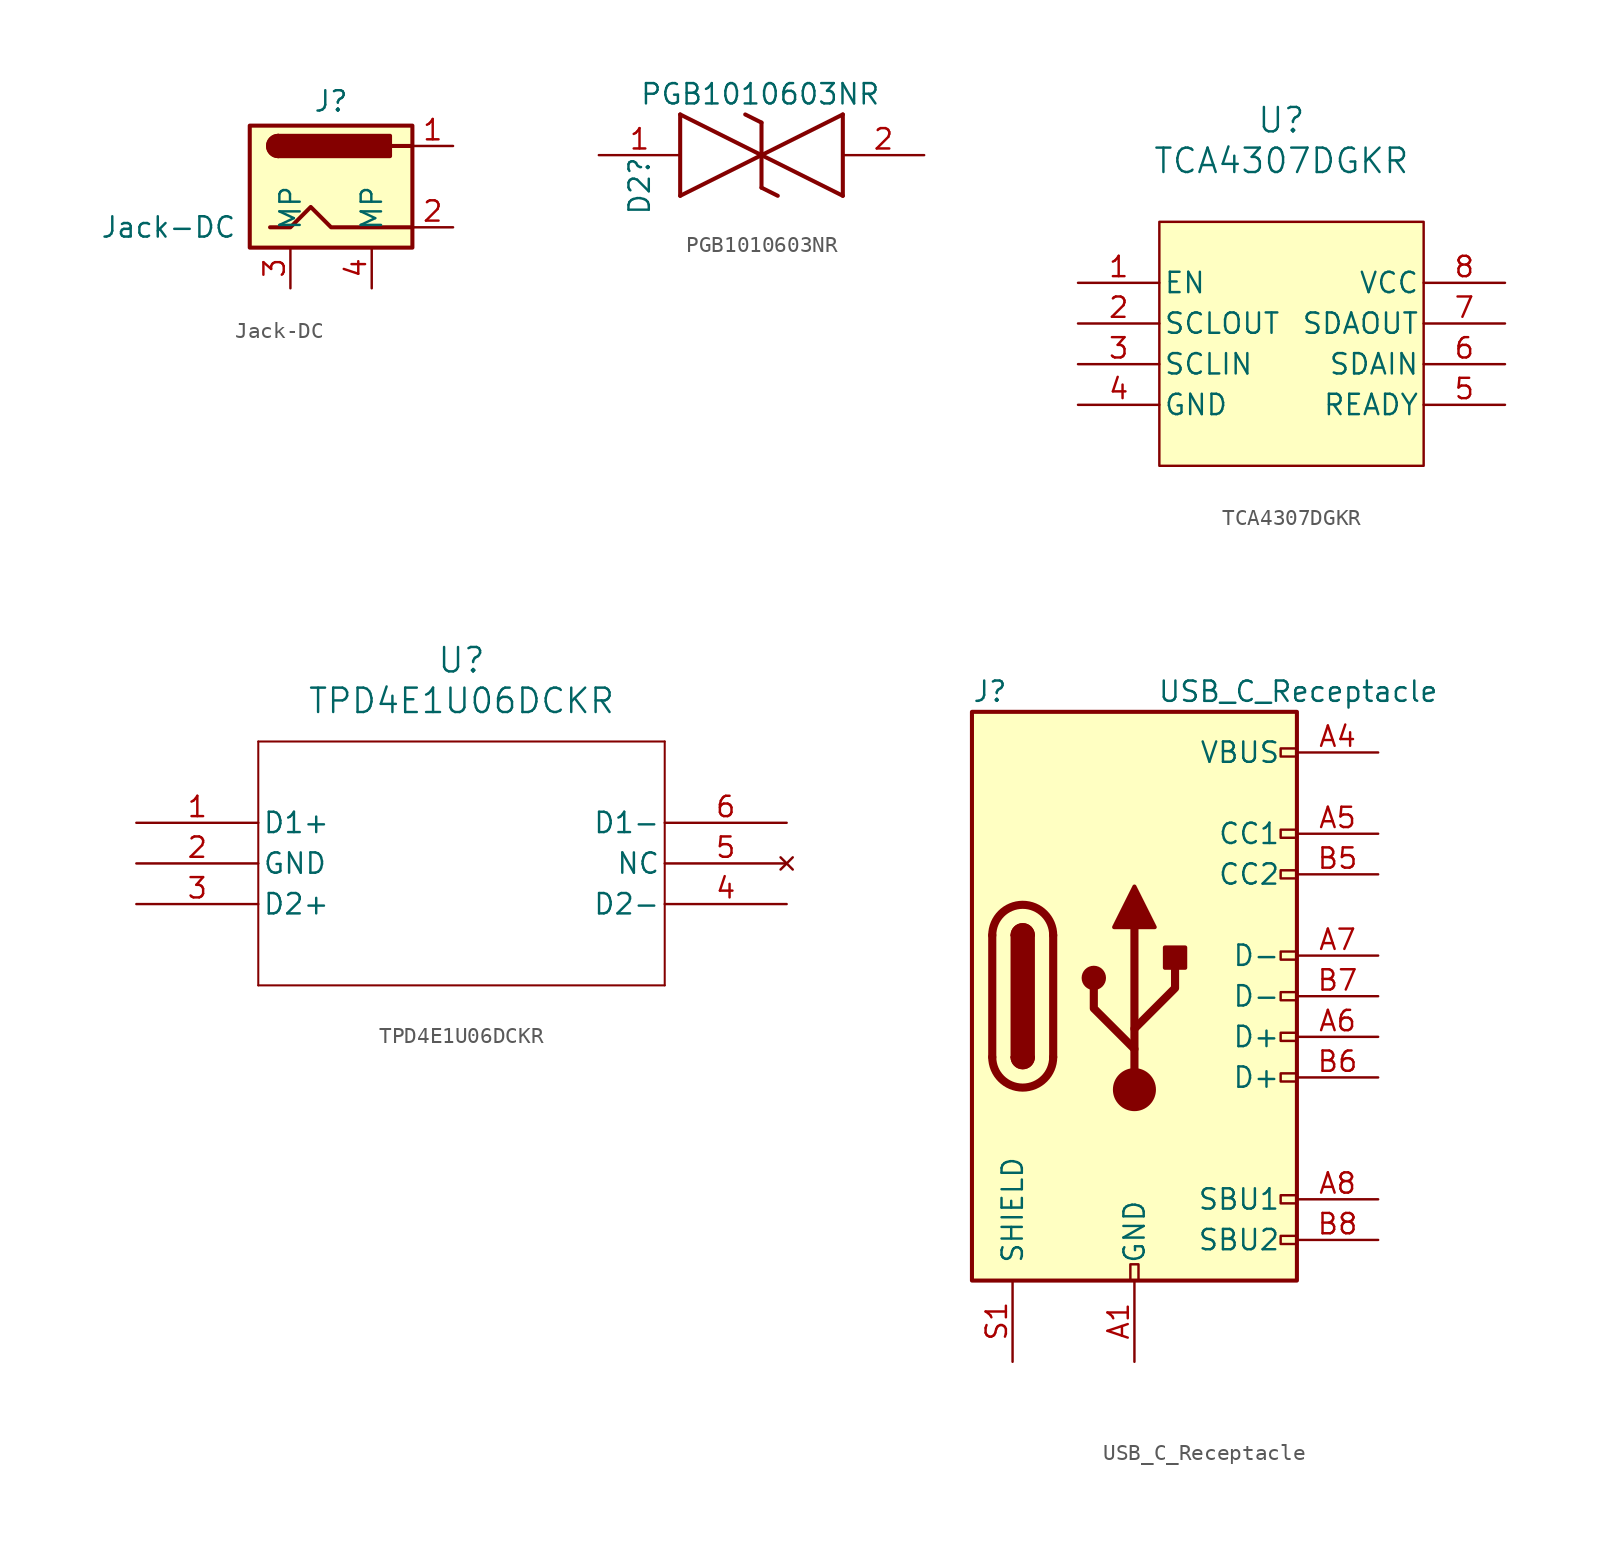
<source format=kicad_sym>
(kicad_symbol_lib
  (version 20211014)
  (generator kicad_symbol_editor)
  (symbol "Jack-DC"
    (pin_names
      (offset 1.016))
    (property "Reference" "J"
      (at 0 5.334 0)
      (effects (font (size 1.27 1.27))))
    (property "Value" "Jack-DC"
      (at -10.16 -2.54 0)
      (effects (font (size 1.27 1.27))))
    (symbol "Jack-DC_0_1"
      (rectangle (start -5.08 3.81) (end 5.08 -3.81) (stroke (width 0.254) (type default) (color 0 0 0 0)) (fill (type background)))
      (arc (start -3.302 3.175) (mid -3.937 2.54) (end -3.302 1.905) (stroke (width 0.254) (type default) (color 0 0 0 0)) (fill (type none)))
      (arc (start -3.302 3.175) (mid -3.937 2.54) (end -3.302 1.905) (stroke (width 0.254) (type default) (color 0 0 0 0)) (fill (type outline)))
      (polyline (pts (xy 5.08 2.54) (xy 3.81 2.54)) (stroke (width 0.254) (type default) (color 0 0 0 0)) (fill (type none)))
      (polyline (pts (xy -3.81 -2.54) (xy -2.54 -2.54) (xy -1.27 -1.27) (xy 0 -2.54) (xy 2.54 -2.54) (xy 5.08 -2.54)) (stroke (width 0.254) (type default) (color 0 0 0 0)) (fill (type none)))
      (rectangle (start 3.683 3.175) (end -3.302 1.905) (stroke (width 0.254) (type default) (color 0 0 0 0)) (fill (type outline))))
    (symbol "Jack-DC_1_1"
      (pin passive line (at 7.62 2.54 180) (length 2.54) (name "~" (effects (font (size 1.27 1.27)))) (number "1" (effects (font (size 1.27 1.27)))))
      (pin passive line (at 7.62 -2.54 180) (length 2.54) (name "~" (effects (font (size 1.27 1.27)))) (number "2" (effects (font (size 1.27 1.27)))))
      (pin power_in line (at -2.54 -6.35 90) (length 2.54) (name "MP" (effects (font (size 1.27 1.27)))) (number "3" (effects (font (size 1.27 1.27)))))
      (pin power_in line (at 2.54 -6.35 90) (length 2.54) (name "MP" (effects (font (size 1.27 1.27)))) (number "4" (effects (font (size 1.27 1.27)))))))
  (symbol "PGB1010603NR"
    (pin_names hide)
    (property "Reference" "D2"
      (at 2.54 -3.81 90)
      (effects (font (size 1.27 1.27)) (justify left)))
    (property "Value" "PGB1010603NR"
      (at 2.54 3.81 0)
      (effects (font (size 1.27 1.27)) (justify left)))
    (symbol "PGB1010603NR_1_1"
      (polyline (pts (xy 5.08 2.54) (xy 5.08 -2.54)) (stroke (width 0.254) (type default) (color 0 0 0 0)) (fill (type none)))
      (polyline (pts (xy 5.08 2.54) (xy 10.16 0)) (stroke (width 0.254) (type default) (color 0 0 0 0)) (fill (type none)))
      (polyline (pts (xy 9.144 2.54) (xy 10.16 2.032)) (stroke (width 0.254) (type default) (color 0 0 0 0)) (fill (type none)))
      (polyline (pts (xy 10.16 -2.032) (xy 10.16 2.032)) (stroke (width 0.254) (type default) (color 0 0 0 0)) (fill (type none)))
      (polyline (pts (xy 10.16 -2.032) (xy 11.176 -2.54)) (stroke (width 0.254) (type default) (color 0 0 0 0)) (fill (type none)))
      (polyline (pts (xy 10.16 0) (xy 5.08 -2.54)) (stroke (width 0.254) (type default) (color 0 0 0 0)) (fill (type none)))
      (polyline (pts (xy 10.16 0) (xy 15.24 -2.54)) (stroke (width 0.254) (type default) (color 0 0 0 0)) (fill (type none)))
      (polyline (pts (xy 15.24 2.54) (xy 10.16 0)) (stroke (width 0.254) (type default) (color 0 0 0 0)) (fill (type none)))
      (polyline (pts (xy 15.24 2.54) (xy 15.24 -2.54)) (stroke (width 0.254) (type default) (color 0 0 0 0)) (fill (type none)))
      (pin passive line (at 0 0 0) (length 5.08) (name "1" (effects (font (size 1.27 1.27)))) (number "1" (effects (font (size 1.27 1.27)))))
      (pin passive line (at 20.32 0 180) (length 5.08) (name "2" (effects (font (size 1.27 1.27)))) (number "2" (effects (font (size 1.27 1.27)))))))
  (symbol "TCA4307DGKR"
    (pin_names
      (offset 0.254))
    (property "Reference" "U"
      (at 0 13.97 0)
      (effects (font (size 1.524 1.524))))
    (property "Value" "TCA4307DGKR"
      (at 0 11.43 0)
      (effects (font (size 1.524 1.524))))
    (property "ki_locked" ""
      (at 0 0 0)
      (effects (font (size 1.27 1.27))))
    (symbol "TCA4307DGKR_0_1"
      (rectangle (start -7.62 7.62) (end 8.89 -7.62) (stroke (width 0) (type default) (color 0 0 0 0)) (fill (type background)))
      (pin input line (at -12.7 3.81 0) (length 5.08) (name "EN" (effects (font (size 1.27 1.27)))) (number "1" (effects (font (size 1.27 1.27)))))
      (pin output line (at -12.7 1.27 0) (length 5.08) (name "SCLOUT" (effects (font (size 1.27 1.27)))) (number "2" (effects (font (size 1.27 1.27)))))
      (pin input line (at -12.7 -1.27 0) (length 5.08) (name "SCLIN" (effects (font (size 1.27 1.27)))) (number "3" (effects (font (size 1.27 1.27)))))
      (pin power_out line (at -12.7 -3.81 0) (length 5.08) (name "GND" (effects (font (size 1.27 1.27)))) (number "4" (effects (font (size 1.27 1.27)))))
      (pin output line (at 13.97 -3.81 180) (length 5.08) (name "READY" (effects (font (size 1.27 1.27)))) (number "5" (effects (font (size 1.27 1.27)))))
      (pin input line (at 13.97 -1.27 180) (length 5.08) (name "SDAIN" (effects (font (size 1.27 1.27)))) (number "6" (effects (font (size 1.27 1.27)))))
      (pin output line (at 13.97 1.27 180) (length 5.08) (name "SDAOUT" (effects (font (size 1.27 1.27)))) (number "7" (effects (font (size 1.27 1.27)))))
      (pin power_in line (at 13.97 3.81 180) (length 5.08) (name "VCC" (effects (font (size 1.27 1.27)))) (number "8" (effects (font (size 1.27 1.27)))))))
  (symbol "TPD4E1U06DCKR"
    (pin_names
      (offset 0.254))
    (property "Reference" "U"
      (at 20.32 10.16 0)
      (effects (font (size 1.524 1.524))))
    (property "Value" "TPD4E1U06DCKR"
      (at 20.32 7.62 0)
      (effects (font (size 1.524 1.524))))
    (property "ki_locked" ""
      (at 0 0 0)
      (effects (font (size 1.27 1.27))))
    (symbol "TPD4E1U06DCKR_0_1"
      (polyline (pts (xy 7.62 -10.16) (xy 33.02 -10.16)) (stroke (width 0.127) (type default) (color 0 0 0 0)) (fill (type none)))
      (polyline (pts (xy 7.62 5.08) (xy 7.62 -10.16)) (stroke (width 0.127) (type default) (color 0 0 0 0)) (fill (type none)))
      (polyline (pts (xy 33.02 -10.16) (xy 33.02 5.08)) (stroke (width 0.127) (type default) (color 0 0 0 0)) (fill (type none)))
      (polyline (pts (xy 33.02 5.08) (xy 7.62 5.08)) (stroke (width 0.127) (type default) (color 0 0 0 0)) (fill (type none)))
      (pin bidirectional line (at 0 0 0) (length 7.62) (name "D1+" (effects (font (size 1.27 1.27)))) (number "1" (effects (font (size 1.27 1.27)))))
      (pin power_in line (at 0 -2.54 0) (length 7.62) (name "GND" (effects (font (size 1.27 1.27)))) (number "2" (effects (font (size 1.27 1.27)))))
      (pin bidirectional line (at 0 -5.08 0) (length 7.62) (name "D2+" (effects (font (size 1.27 1.27)))) (number "3" (effects (font (size 1.27 1.27)))))
      (pin bidirectional line (at 40.64 -5.08 180) (length 7.62) (name "D2-" (effects (font (size 1.27 1.27)))) (number "4" (effects (font (size 1.27 1.27)))))
      (pin no_connect line (at 40.64 -2.54 180) (length 7.62) (name "NC" (effects (font (size 1.27 1.27)))) (number "5" (effects (font (size 1.27 1.27)))))
      (pin bidirectional line (at 40.64 0 180) (length 7.62) (name "D1-" (effects (font (size 1.27 1.27)))) (number "6" (effects (font (size 1.27 1.27)))))))
  (symbol "USB_C_Receptacle"
    (pin_names
      (offset 1.016))
    (property "Reference" "J"
      (at -10.16 19.05 0)
      (effects (font (size 1.27 1.27)) (justify left)))
    (property "Value" "USB_C_Receptacle"
      (at 19.05 19.05 0)
      (effects (font (size 1.27 1.27)) (justify right)))
    (symbol "USB_C_Receptacle_0_0"
      (rectangle (start -0.254 -17.78) (end 0.254 -16.764) (stroke (width 0) (type default) (color 0 0 0 0)) (fill (type none)))
      (rectangle (start 10.16 -14.986) (end 9.144 -15.494) (stroke (width 0) (type default) (color 0 0 0 0)) (fill (type none)))
      (rectangle (start 10.16 -12.446) (end 9.144 -12.954) (stroke (width 0) (type default) (color 0 0 0 0)) (fill (type none)))
      (rectangle (start 10.16 -4.826) (end 9.144 -5.334) (stroke (width 0) (type default) (color 0 0 0 0)) (fill (type none)))
      (rectangle (start 10.16 -2.286) (end 9.144 -2.794) (stroke (width 0) (type default) (color 0 0 0 0)) (fill (type none)))
      (rectangle (start 10.16 0.254) (end 9.144 -0.254) (stroke (width 0) (type default) (color 0 0 0 0)) (fill (type none)))
      (rectangle (start 10.16 2.794) (end 9.144 2.286) (stroke (width 0) (type default) (color 0 0 0 0)) (fill (type none)))
      (rectangle (start 10.16 7.874) (end 9.144 7.366) (stroke (width 0) (type default) (color 0 0 0 0)) (fill (type none)))
      (rectangle (start 10.16 10.414) (end 9.144 9.906) (stroke (width 0) (type default) (color 0 0 0 0)) (fill (type none)))
      (rectangle (start 10.16 15.494) (end 9.144 14.986) (stroke (width 0) (type default) (color 0 0 0 0)) (fill (type none))))
    (symbol "USB_C_Receptacle_0_1"
      (rectangle (start -10.16 17.78) (end 10.16 -17.78) (stroke (width 0.254) (type default) (color 0 0 0 0)) (fill (type background)))
      (arc (start -8.89 -3.81) (mid -6.985 -5.715) (end -5.08 -3.81) (stroke (width 0.508) (type default) (color 0 0 0 0)) (fill (type none)))
      (arc (start -7.62 -3.81) (mid -6.985 -4.445) (end -6.35 -3.81) (stroke (width 0.254) (type default) (color 0 0 0 0)) (fill (type none)))
      (arc (start -7.62 -3.81) (mid -6.985 -4.445) (end -6.35 -3.81) (stroke (width 0.254) (type default) (color 0 0 0 0)) (fill (type outline)))
      (rectangle (start -7.62 -3.81) (end -6.35 3.81) (stroke (width 0.254) (type default) (color 0 0 0 0)) (fill (type outline)))
      (arc (start -6.35 3.81) (mid -6.985 4.445) (end -7.62 3.81) (stroke (width 0.254) (type default) (color 0 0 0 0)) (fill (type none)))
      (arc (start -6.35 3.81) (mid -6.985 4.445) (end -7.62 3.81) (stroke (width 0.254) (type default) (color 0 0 0 0)) (fill (type outline)))
      (arc (start -5.08 3.81) (mid -6.985 5.715) (end -8.89 3.81) (stroke (width 0.508) (type default) (color 0 0 0 0)) (fill (type none)))
      (circle (center -2.54 1.143) (radius 0.635) (stroke (width 0.254) (type default) (color 0 0 0 0)) (fill (type outline)))
      (circle (center 0 -5.842) (radius 1.27) (stroke (width 0) (type default) (color 0 0 0 0)) (fill (type outline)))
      (polyline (pts (xy -8.89 -3.81) (xy -8.89 3.81)) (stroke (width 0.508) (type default) (color 0 0 0 0)) (fill (type none)))
      (polyline (pts (xy -5.08 3.81) (xy -5.08 -3.81)) (stroke (width 0.508) (type default) (color 0 0 0 0)) (fill (type none)))
      (polyline (pts (xy 0 -5.842) (xy 0 4.318)) (stroke (width 0.508) (type default) (color 0 0 0 0)) (fill (type none)))
      (polyline (pts (xy 0 -3.302) (xy -2.54 -0.762) (xy -2.54 0.508)) (stroke (width 0.508) (type default) (color 0 0 0 0)) (fill (type none)))
      (polyline (pts (xy 0 -2.032) (xy 2.54 0.508) (xy 2.54 1.778)) (stroke (width 0.508) (type default) (color 0 0 0 0)) (fill (type none)))
      (polyline (pts (xy -1.27 4.318) (xy 0 6.858) (xy 1.27 4.318) (xy -1.27 4.318)) (stroke (width 0.254) (type default) (color 0 0 0 0)) (fill (type outline)))
      (rectangle (start 1.905 1.778) (end 3.175 3.048) (stroke (width 0.254) (type default) (color 0 0 0 0)) (fill (type outline))))
    (symbol "USB_C_Receptacle_1_1"
      (pin passive line (at 0 -22.86 90) (length 5.08) (name "GND" (effects (font (size 1.27 1.27)))) (number "A1" (effects (font (size 1.27 1.27)))))
      (pin passive line (at 0 -22.86 90) (length 5.08) hide (name "GND" (effects (font (size 1.27 1.27)))) (number "A12" (effects (font (size 1.27 1.27)))))
      (pin passive line (at 15.24 15.24 180) (length 5.08) (name "VBUS" (effects (font (size 1.27 1.27)))) (number "A4" (effects (font (size 1.27 1.27)))))
      (pin bidirectional line (at 15.24 10.16 180) (length 5.08) (name "CC1" (effects (font (size 1.27 1.27)))) (number "A5" (effects (font (size 1.27 1.27)))))
      (pin bidirectional line (at 15.24 -2.54 180) (length 5.08) (name "D+" (effects (font (size 1.27 1.27)))) (number "A6" (effects (font (size 1.27 1.27)))))
      (pin bidirectional line (at 15.24 2.54 180) (length 5.08) (name "D-" (effects (font (size 1.27 1.27)))) (number "A7" (effects (font (size 1.27 1.27)))))
      (pin bidirectional line (at 15.24 -12.7 180) (length 5.08) (name "SBU1" (effects (font (size 1.27 1.27)))) (number "A8" (effects (font (size 1.27 1.27)))))
      (pin passive line (at 15.24 15.24 180) (length 5.08) hide (name "VBUS" (effects (font (size 1.27 1.27)))) (number "A9" (effects (font (size 1.27 1.27)))))
      (pin passive line (at 0 -22.86 90) (length 5.08) hide (name "GND" (effects (font (size 1.27 1.27)))) (number "B1" (effects (font (size 1.27 1.27)))))
      (pin passive line (at 0 -22.86 90) (length 5.08) hide (name "GND" (effects (font (size 1.27 1.27)))) (number "B12" (effects (font (size 1.27 1.27)))))
      (pin passive line (at 15.24 15.24 180) (length 5.08) hide (name "VBUS" (effects (font (size 1.27 1.27)))) (number "B4" (effects (font (size 1.27 1.27)))))
      (pin bidirectional line (at 15.24 7.62 180) (length 5.08) (name "CC2" (effects (font (size 1.27 1.27)))) (number "B5" (effects (font (size 1.27 1.27)))))
      (pin bidirectional line (at 15.24 -5.08 180) (length 5.08) (name "D+" (effects (font (size 1.27 1.27)))) (number "B6" (effects (font (size 1.27 1.27)))))
      (pin bidirectional line (at 15.24 0 180) (length 5.08) (name "D-" (effects (font (size 1.27 1.27)))) (number "B7" (effects (font (size 1.27 1.27)))))
      (pin bidirectional line (at 15.24 -15.24 180) (length 5.08) (name "SBU2" (effects (font (size 1.27 1.27)))) (number "B8" (effects (font (size 1.27 1.27)))))
      (pin passive line (at 15.24 15.24 180) (length 5.08) hide (name "VBUS" (effects (font (size 1.27 1.27)))) (number "B9" (effects (font (size 1.27 1.27)))))
      (pin passive line (at -7.62 -22.86 90) (length 5.08) (name "SHIELD" (effects (font (size 1.27 1.27)))) (number "S1" (effects (font (size 1.27 1.27))))))))
</source>
